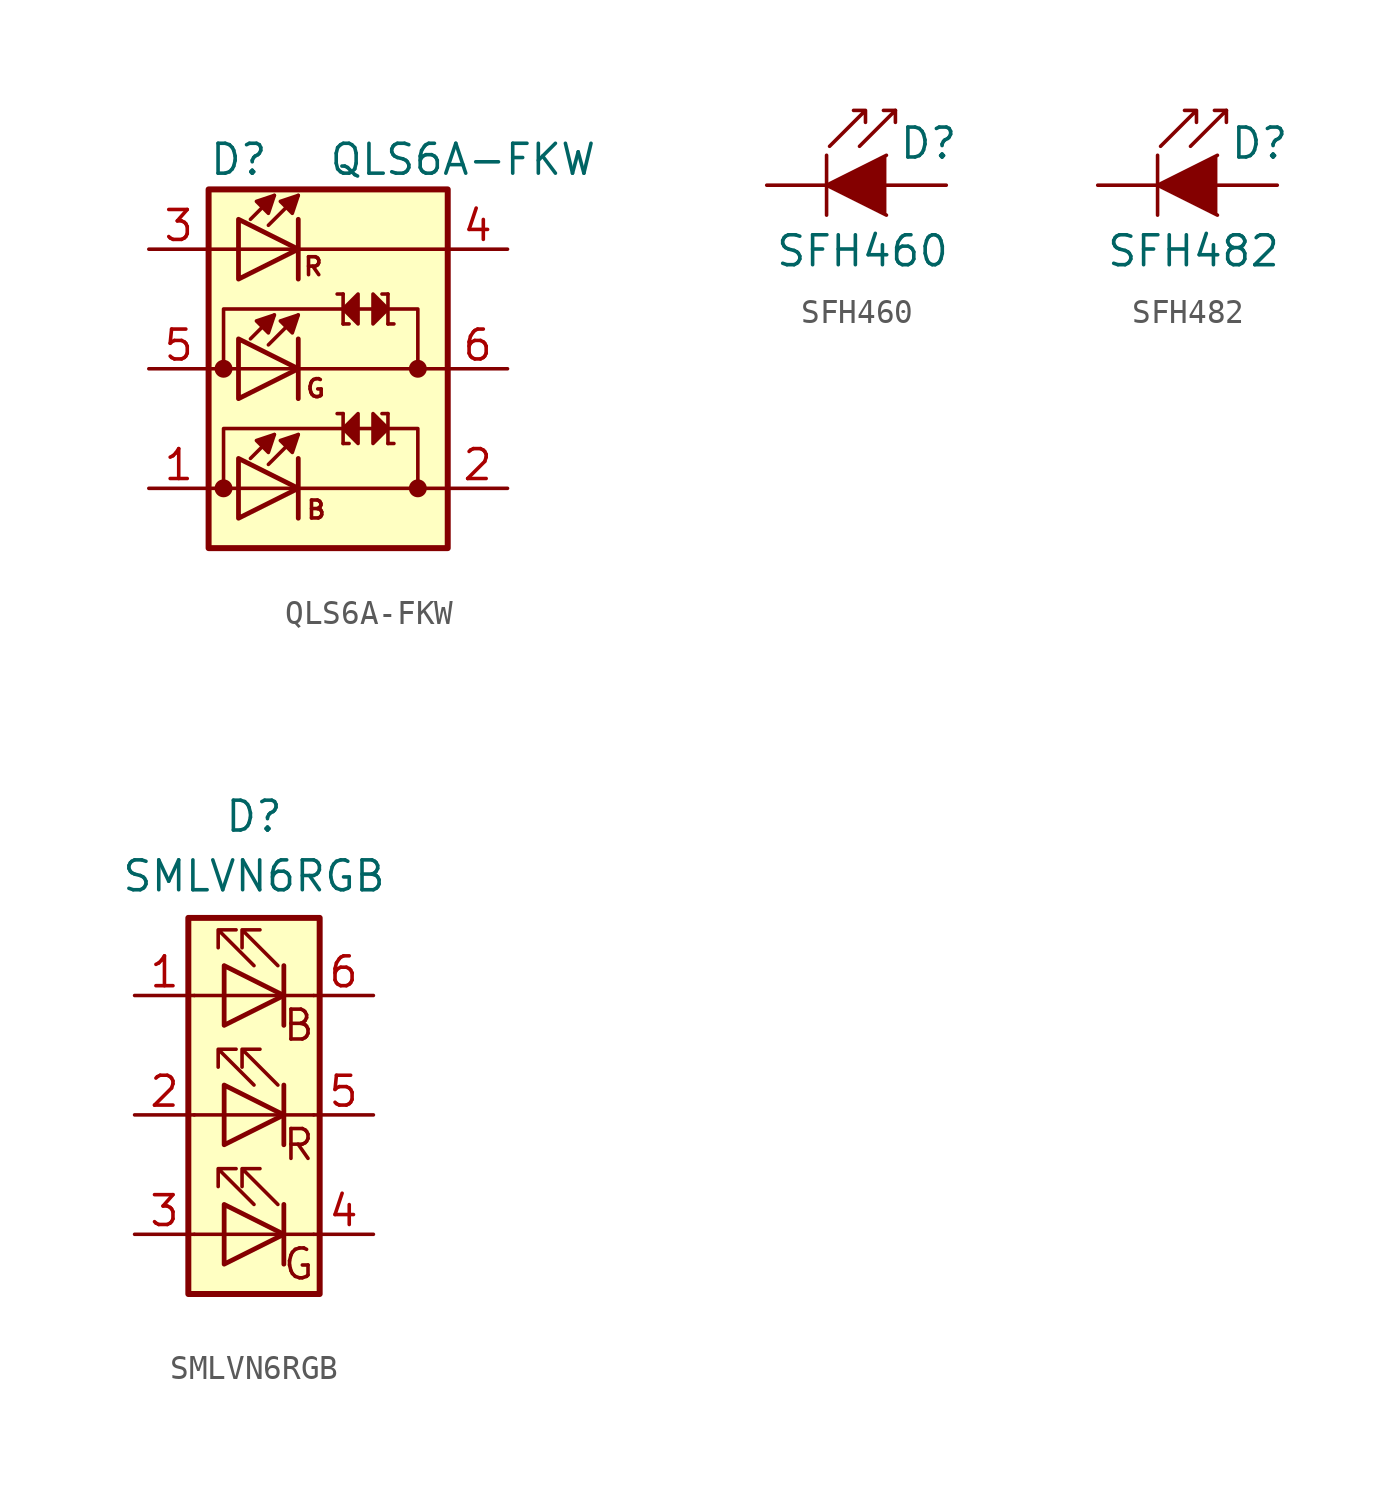
<source format=kicad_sym>
(kicad_symbol_lib
  (version 20211014)
  (generator kicad_symbol_editor)
  (symbol "QLS6A-FKW"
    (pin_names hide)
    (property "Reference" "D"
      (at -5.08 8.89 0)
      (effects (font (size 1.27 1.27)) (justify left)))
    (property "Value" "QLS6A-FKW"
      (at 0 8.89 0)
      (effects (font (size 1.27 1.27)) (justify left)))
    (symbol "QLS6A-FKW_0_0"
      (text "B" (at -0.508 -5.994 0) (effects (font (size 0.762 0.762))))
      (text "G" (at -0.533 -0.838 0) (effects (font (size 0.762 0.762))))
      (text "R" (at -0.635 4.343 0) (effects (font (size 0.762 0.762)))))
    (symbol "QLS6A-FKW_0_1"
      (rectangle (start -5.08 7.62) (end 5.08 -7.62) (stroke (width 0.254) (type default) (color 0 0 0 0)) (fill (type background)))
      (polyline (pts (xy -5.08 -5.08) (xy 5.08 -5.08)) (stroke (width 0) (type default) (color 0 0 0 0)) (fill (type none)))
      (polyline (pts (xy -5.08 0) (xy 5.08 0)) (stroke (width 0) (type default) (color 0 0 0 0)) (fill (type none)))
      (polyline (pts (xy -2.54 -4.064) (xy -1.27 -2.794)) (stroke (width 0) (type default) (color 0 0 0 0)) (fill (type none)))
      (polyline (pts (xy -2.54 1.016) (xy -1.27 2.286)) (stroke (width 0) (type default) (color 0 0 0 0)) (fill (type none)))
      (polyline (pts (xy -2.54 6.096) (xy -1.27 7.366)) (stroke (width 0) (type default) (color 0 0 0 0)) (fill (type none)))
      (polyline (pts (xy -1.27 -3.81) (xy -1.27 -6.35)) (stroke (width 0.203) (type default) (color 0 0 0 0)) (fill (type none)))
      (polyline (pts (xy -1.27 1.27) (xy -1.27 -1.27)) (stroke (width 0.203) (type default) (color 0 0 0 0)) (fill (type none)))
      (polyline (pts (xy -1.27 6.35) (xy -1.27 3.81)) (stroke (width 0.203) (type default) (color 0 0 0 0)) (fill (type none)))
      (polyline (pts (xy 0.635 -1.905) (xy 0.381 -1.905)) (stroke (width 0) (type default) (color 0 0 0 0)) (fill (type none)))
      (polyline (pts (xy 0.635 -1.905) (xy 0.635 -3.175)) (stroke (width 0) (type default) (color 0 0 0 0)) (fill (type none)))
      (polyline (pts (xy 0.635 1.905) (xy 0.889 1.905)) (stroke (width 0) (type default) (color 0 0 0 0)) (fill (type none)))
      (polyline (pts (xy 0.635 3.175) (xy 0.381 3.175)) (stroke (width 0) (type default) (color 0 0 0 0)) (fill (type none)))
      (polyline (pts (xy 0.635 3.175) (xy 0.635 1.905)) (stroke (width 0) (type default) (color 0 0 0 0)) (fill (type none)))
      (polyline (pts (xy 0.889 -3.175) (xy 0.635 -3.175)) (stroke (width 0) (type default) (color 0 0 0 0)) (fill (type none)))
      (polyline (pts (xy 2.54 -3.175) (xy 2.794 -3.175)) (stroke (width 0) (type default) (color 0 0 0 0)) (fill (type none)))
      (polyline (pts (xy 2.54 -1.905) (xy 2.286 -1.905)) (stroke (width 0) (type default) (color 0 0 0 0)) (fill (type none)))
      (polyline (pts (xy 2.54 -1.905) (xy 2.54 -3.175)) (stroke (width 0) (type default) (color 0 0 0 0)) (fill (type none)))
      (polyline (pts (xy 2.54 1.905) (xy 2.54 3.175)) (stroke (width 0) (type default) (color 0 0 0 0)) (fill (type none)))
      (polyline (pts (xy 2.54 1.905) (xy 2.794 1.905)) (stroke (width 0) (type default) (color 0 0 0 0)) (fill (type none)))
      (polyline (pts (xy 2.54 3.175) (xy 2.286 3.175)) (stroke (width 0) (type default) (color 0 0 0 0)) (fill (type none)))
      (polyline (pts (xy -4.445 0) (xy -4.445 2.54) (xy 3.81 2.54) (xy 3.81 0)) (stroke (width 0) (type default) (color 0 0 0 0)) (fill (type none)))
      (polyline (pts (xy -3.81 -3.81) (xy -3.81 -6.35) (xy -1.27 -5.08) (xy -3.81 -3.81)) (stroke (width 0.203) (type default) (color 0 0 0 0)) (fill (type none)))
      (polyline (pts (xy -3.81 1.27) (xy -3.81 -1.27) (xy -1.27 0) (xy -3.81 1.27)) (stroke (width 0.203) (type default) (color 0 0 0 0)) (fill (type none)))
      (polyline (pts (xy -3.81 6.35) (xy -1.27 5.08) (xy -3.81 3.81) (xy -3.81 6.35)) (stroke (width 0.203) (type default) (color 0 0 0 0)) (fill (type none)))
      (polyline (pts (xy -2.286 -2.794) (xy -2.54 -3.556) (xy -3.048 -3.048) (xy -2.286 -2.794)) (stroke (width 0) (type default) (color 0 0 0 0)) (fill (type outline)))
      (polyline (pts (xy -2.286 2.286) (xy -2.54 1.524) (xy -3.048 2.032) (xy -2.286 2.286)) (stroke (width 0) (type default) (color 0 0 0 0)) (fill (type outline)))
      (polyline (pts (xy -2.286 7.366) (xy -2.54 6.604) (xy -3.048 7.112) (xy -2.286 7.366)) (stroke (width 0) (type default) (color 0 0 0 0)) (fill (type outline)))
      (polyline (pts (xy -1.27 -2.794) (xy -1.524 -3.556) (xy -2.032 -3.048) (xy -1.27 -2.794)) (stroke (width 0) (type default) (color 0 0 0 0)) (fill (type outline)))
      (polyline (pts (xy -1.27 2.286) (xy -1.524 1.524) (xy -2.032 2.032) (xy -1.27 2.286)) (stroke (width 0) (type default) (color 0 0 0 0)) (fill (type outline)))
      (polyline (pts (xy -1.27 7.366) (xy -1.524 6.604) (xy -2.032 7.112) (xy -1.27 7.366)) (stroke (width 0) (type default) (color 0 0 0 0)) (fill (type outline)))
      (polyline (pts (xy 0.635 -2.54) (xy 1.27 -3.175) (xy 1.27 -1.905) (xy 0.635 -2.54)) (stroke (width 0) (type default) (color 0 0 0 0)) (fill (type outline)))
      (polyline (pts (xy 1.27 3.175) (xy 1.27 1.905) (xy 0.635 2.54) (xy 1.27 3.175)) (stroke (width 0) (type default) (color 0 0 0 0)) (fill (type outline)))
      (polyline (pts (xy 1.905 -1.905) (xy 1.905 -3.175) (xy 2.54 -2.54) (xy 1.905 -1.905)) (stroke (width 0) (type default) (color 0 0 0 0)) (fill (type outline)))
      (polyline (pts (xy 1.905 3.175) (xy 1.905 1.905) (xy 2.54 2.54) (xy 1.905 3.175)) (stroke (width 0) (type default) (color 0 0 0 0)) (fill (type outline)))
      (polyline (pts (xy 3.81 -5.08) (xy 3.81 -2.54) (xy -4.445 -2.54) (xy -4.445 -5.08)) (stroke (width 0) (type default) (color 0 0 0 0)) (fill (type none))))
    (symbol "QLS6A-FKW_1_1"
      (circle (center -4.445 -5.08) (radius 0.254) (stroke (width 0.254) (type default) (color 0 0 0 0)) (fill (type outline)))
      (circle (center -4.445 0) (radius 0.254) (stroke (width 0.254) (type default) (color 0 0 0 0)) (fill (type outline)))
      (polyline (pts (xy -5.08 5.08) (xy 5.08 5.08)) (stroke (width 0) (type default) (color 0 0 0 0)) (fill (type none)))
      (polyline (pts (xy -2.286 -2.794) (xy -3.302 -3.81)) (stroke (width 0) (type default) (color 0 0 0 0)) (fill (type none)))
      (polyline (pts (xy -2.286 2.286) (xy -3.302 1.27)) (stroke (width 0) (type default) (color 0 0 0 0)) (fill (type none)))
      (polyline (pts (xy -2.286 7.366) (xy -3.302 6.35)) (stroke (width 0) (type default) (color 0 0 0 0)) (fill (type none)))
      (circle (center 3.81 -5.08) (radius 0.254) (stroke (width 0.254) (type default) (color 0 0 0 0)) (fill (type outline)))
      (circle (center 3.81 0) (radius 0.254) (stroke (width 0.254) (type default) (color 0 0 0 0)) (fill (type outline)))
      (pin passive line (at -7.62 -5.08 0) (length 2.54) (name "AB" (effects (font (size 1.27 1.27)))) (number "1" (effects (font (size 1.27 1.27)))))
      (pin passive line (at 7.62 -5.08 180) (length 2.54) (name "KB" (effects (font (size 1.27 1.27)))) (number "2" (effects (font (size 1.27 1.27)))))
      (pin passive line (at -7.62 5.08 0) (length 2.54) (name "AR" (effects (font (size 1.27 1.27)))) (number "3" (effects (font (size 1.27 1.27)))))
      (pin passive line (at 7.62 5.08 180) (length 2.54) (name "KR" (effects (font (size 1.27 1.27)))) (number "4" (effects (font (size 1.27 1.27)))))
      (pin passive line (at -7.62 0 0) (length 2.54) (name "AG" (effects (font (size 1.27 1.27)))) (number "5" (effects (font (size 1.27 1.27)))))
      (pin passive line (at 7.62 0 180) (length 2.54) (name "KR" (effects (font (size 1.27 1.27)))) (number "6" (effects (font (size 1.27 1.27)))))))
  (symbol "SFH460"
    (pin_numbers hide)
    (pin_names
      (offset 1.016) hide)
    (property "Reference" "D"
      (at 0.508 1.778 0)
      (effects (font (size 1.27 1.27)) (justify left)))
    (property "Value" "SFH460"
      (at -1.016 -2.794 0)
      (effects (font (size 1.27 1.27))))
    (symbol "SFH460_0_1"
      (polyline (pts (xy -2.54 1.27) (xy -2.54 -1.27)) (stroke (width 0.152) (type default) (color 0 0 0 0)) (fill (type none)))
      (polyline (pts (xy 0.381 3.175) (xy -0.127 3.175)) (stroke (width 0) (type default) (color 0 0 0 0)) (fill (type none)))
      (polyline (pts (xy -1.143 1.651) (xy 0.381 3.175) (xy 0.381 2.667)) (stroke (width 0) (type default) (color 0 0 0 0)) (fill (type none)))
      (polyline (pts (xy 0 1.27) (xy -2.54 0) (xy 0 -1.27)) (stroke (width 0) (type default) (color 0 0 0 0)) (fill (type outline)))
      (polyline (pts (xy -2.413 1.651) (xy -0.889 3.175) (xy -0.889 2.667) (xy -0.889 3.175) (xy -1.397 3.175)) (stroke (width 0) (type default) (color 0 0 0 0)) (fill (type none))))
    (symbol "SFH460_1_1"
      (pin passive line (at -5.08 0 0) (length 2.54) (name "K" (effects (font (size 1.27 1.27)))) (number "1" (effects (font (size 1.27 1.27)))))
      (pin passive line (at 2.54 0 180) (length 2.54) (name "A" (effects (font (size 1.27 1.27)))) (number "2" (effects (font (size 1.27 1.27)))))))
  (symbol "SFH482"
    (pin_numbers hide)
    (pin_names
      (offset 1.016) hide)
    (property "Reference" "D"
      (at 0.508 1.778 0)
      (effects (font (size 1.27 1.27)) (justify left)))
    (property "Value" "SFH482"
      (at -1.016 -2.794 0)
      (effects (font (size 1.27 1.27))))
    (symbol "SFH482_0_1"
      (polyline (pts (xy -2.54 1.27) (xy -2.54 -1.27)) (stroke (width 0.152) (type default) (color 0 0 0 0)) (fill (type none)))
      (polyline (pts (xy 0.381 3.175) (xy -0.127 3.175)) (stroke (width 0) (type default) (color 0 0 0 0)) (fill (type none)))
      (polyline (pts (xy -1.143 1.651) (xy 0.381 3.175) (xy 0.381 2.667)) (stroke (width 0) (type default) (color 0 0 0 0)) (fill (type none)))
      (polyline (pts (xy 0 1.27) (xy -2.54 0) (xy 0 -1.27)) (stroke (width 0) (type default) (color 0 0 0 0)) (fill (type outline)))
      (polyline (pts (xy -2.413 1.651) (xy -0.889 3.175) (xy -0.889 2.667) (xy -0.889 3.175) (xy -1.397 3.175)) (stroke (width 0) (type default) (color 0 0 0 0)) (fill (type none))))
    (symbol "SFH482_1_1"
      (pin passive line (at -5.08 0 0) (length 2.54) (name "K" (effects (font (size 1.27 1.27)))) (number "1" (effects (font (size 1.27 1.27)))))
      (pin passive line (at 2.54 0 180) (length 2.54) (name "A" (effects (font (size 1.27 1.27)))) (number "2" (effects (font (size 1.27 1.27)))))))
  (symbol "SMLVN6RGB"
    (pin_names
      (offset 0) hide)
    (property "Reference" "D"
      (at 0 12.7 0)
      (effects (font (size 1.27 1.27))))
    (property "Value" "SMLVN6RGB"
      (at 0 10.16 0)
      (effects (font (size 1.27 1.27))))
    (symbol "SMLVN6RGB_0_0"
      (text "B" (at 1.905 3.81 0) (effects (font (size 1.27 1.27))))
      (text "G" (at 1.905 -6.35 0) (effects (font (size 1.27 1.27))))
      (text "R" (at 1.905 -1.27 0) (effects (font (size 1.27 1.27)))))
    (symbol "SMLVN6RGB_0_1"
      (rectangle (start -2.794 8.382) (end 2.794 -7.62) (stroke (width 0.254) (type default) (color 0 0 0 0)) (fill (type background)))
      (rectangle (start -1.27 -1.27) (end -1.27 1.27) (stroke (width 0) (type default) (color 0 0 0 0)) (fill (type none)))
      (rectangle (start -1.27 1.27) (end -1.27 1.27) (stroke (width 0) (type default) (color 0 0 0 0)) (fill (type none)))
      (rectangle (start -1.27 3.81) (end -1.27 6.35) (stroke (width 0) (type default) (color 0 0 0 0)) (fill (type none)))
      (rectangle (start -1.27 6.35) (end -1.27 6.35) (stroke (width 0) (type default) (color 0 0 0 0)) (fill (type none)))
      (polyline (pts (xy -1.27 -5.08) (xy -2.54 -5.08)) (stroke (width 0) (type default) (color 0 0 0 0)) (fill (type none)))
      (polyline (pts (xy -1.27 0) (xy -2.54 0)) (stroke (width 0) (type default) (color 0 0 0 0)) (fill (type none)))
      (polyline (pts (xy -1.27 0) (xy 1.27 0)) (stroke (width 0) (type default) (color 0 0 0 0)) (fill (type none)))
      (polyline (pts (xy -1.27 5.08) (xy -2.54 5.08)) (stroke (width 0) (type default) (color 0 0 0 0)) (fill (type none)))
      (polyline (pts (xy 1.27 -5.08) (xy -1.27 -5.08)) (stroke (width 0) (type default) (color 0 0 0 0)) (fill (type none)))
      (polyline (pts (xy 1.27 -5.08) (xy 2.54 -5.08)) (stroke (width 0) (type default) (color 0 0 0 0)) (fill (type none)))
      (polyline (pts (xy 1.27 -3.81) (xy 1.27 -6.35)) (stroke (width 0) (type default) (color 0 0 0 0)) (fill (type none)))
      (polyline (pts (xy 1.27 -3.81) (xy 1.27 -6.35)) (stroke (width 0.203) (type default) (color 0 0 0 0)) (fill (type none)))
      (polyline (pts (xy 1.27 0) (xy 2.54 0)) (stroke (width 0) (type default) (color 0 0 0 0)) (fill (type none)))
      (polyline (pts (xy 1.27 1.27) (xy 1.27 -1.27)) (stroke (width 0.203) (type default) (color 0 0 0 0)) (fill (type none)))
      (polyline (pts (xy 1.27 5.08) (xy -1.27 5.08)) (stroke (width 0) (type default) (color 0 0 0 0)) (fill (type none)))
      (polyline (pts (xy 1.27 5.08) (xy 2.54 5.08)) (stroke (width 0) (type default) (color 0 0 0 0)) (fill (type none)))
      (polyline (pts (xy 1.27 6.35) (xy 1.27 3.81)) (stroke (width 0.203) (type default) (color 0 0 0 0)) (fill (type none)))
      (polyline (pts (xy 1.27 1.27) (xy 1.27 -1.27) (xy 1.27 -1.27)) (stroke (width 0) (type default) (color 0 0 0 0)) (fill (type none)))
      (polyline (pts (xy 1.27 6.35) (xy 1.27 3.81) (xy 1.27 3.81)) (stroke (width 0) (type default) (color 0 0 0 0)) (fill (type none)))
      (polyline (pts (xy -1.27 -3.81) (xy -1.27 -6.35) (xy 1.27 -5.08) (xy -1.27 -3.81)) (stroke (width 0.203) (type default) (color 0 0 0 0)) (fill (type none)))
      (polyline (pts (xy -1.27 1.27) (xy -1.27 -1.27) (xy 1.27 0) (xy -1.27 1.27)) (stroke (width 0.203) (type default) (color 0 0 0 0)) (fill (type none)))
      (polyline (pts (xy -1.27 6.35) (xy -1.27 3.81) (xy 1.27 5.08) (xy -1.27 6.35)) (stroke (width 0.203) (type default) (color 0 0 0 0)) (fill (type none)))
      (polyline (pts (xy 0 -3.81) (xy -1.524 -2.286) (xy -0.762 -2.286) (xy -1.524 -2.286) (xy -1.524 -3.048)) (stroke (width 0) (type default) (color 0 0 0 0)) (fill (type none)))
      (polyline (pts (xy 0 1.27) (xy -1.524 2.794) (xy -0.762 2.794) (xy -1.524 2.794) (xy -1.524 2.032)) (stroke (width 0) (type default) (color 0 0 0 0)) (fill (type none)))
      (polyline (pts (xy 0 6.35) (xy -1.524 7.874) (xy -0.762 7.874) (xy -1.524 7.874) (xy -1.524 7.112)) (stroke (width 0) (type default) (color 0 0 0 0)) (fill (type none)))
      (polyline (pts (xy 1.016 -3.81) (xy -0.508 -2.286) (xy 0.254 -2.286) (xy -0.508 -2.286) (xy -0.508 -3.048)) (stroke (width 0) (type default) (color 0 0 0 0)) (fill (type none)))
      (polyline (pts (xy 1.016 1.27) (xy -0.508 2.794) (xy 0.254 2.794) (xy -0.508 2.794) (xy -0.508 2.032)) (stroke (width 0) (type default) (color 0 0 0 0)) (fill (type none)))
      (polyline (pts (xy 1.016 6.35) (xy -0.508 7.874) (xy 0.254 7.874) (xy -0.508 7.874) (xy -0.508 7.112)) (stroke (width 0) (type default) (color 0 0 0 0)) (fill (type none))))
    (symbol "SMLVN6RGB_1_1"
      (pin passive line (at -5.08 5.08 0) (length 2.54) (name "BA" (effects (font (size 1.27 1.27)))) (number "1" (effects (font (size 1.27 1.27)))))
      (pin passive line (at -5.08 0 0) (length 2.54) (name "RA" (effects (font (size 1.27 1.27)))) (number "2" (effects (font (size 1.27 1.27)))))
      (pin passive line (at -5.08 -5.08 0) (length 2.54) (name "GA" (effects (font (size 1.27 1.27)))) (number "3" (effects (font (size 1.27 1.27)))))
      (pin passive line (at 5.08 -5.08 180) (length 2.54) (name "GK" (effects (font (size 1.27 1.27)))) (number "4" (effects (font (size 1.27 1.27)))))
      (pin passive line (at 5.08 0 180) (length 2.54) (name "RK" (effects (font (size 1.27 1.27)))) (number "5" (effects (font (size 1.27 1.27)))))
      (pin passive line (at 5.08 5.08 180) (length 2.54) (name "BK" (effects (font (size 1.27 1.27)))) (number "6" (effects (font (size 1.27 1.27))))))))
</source>
